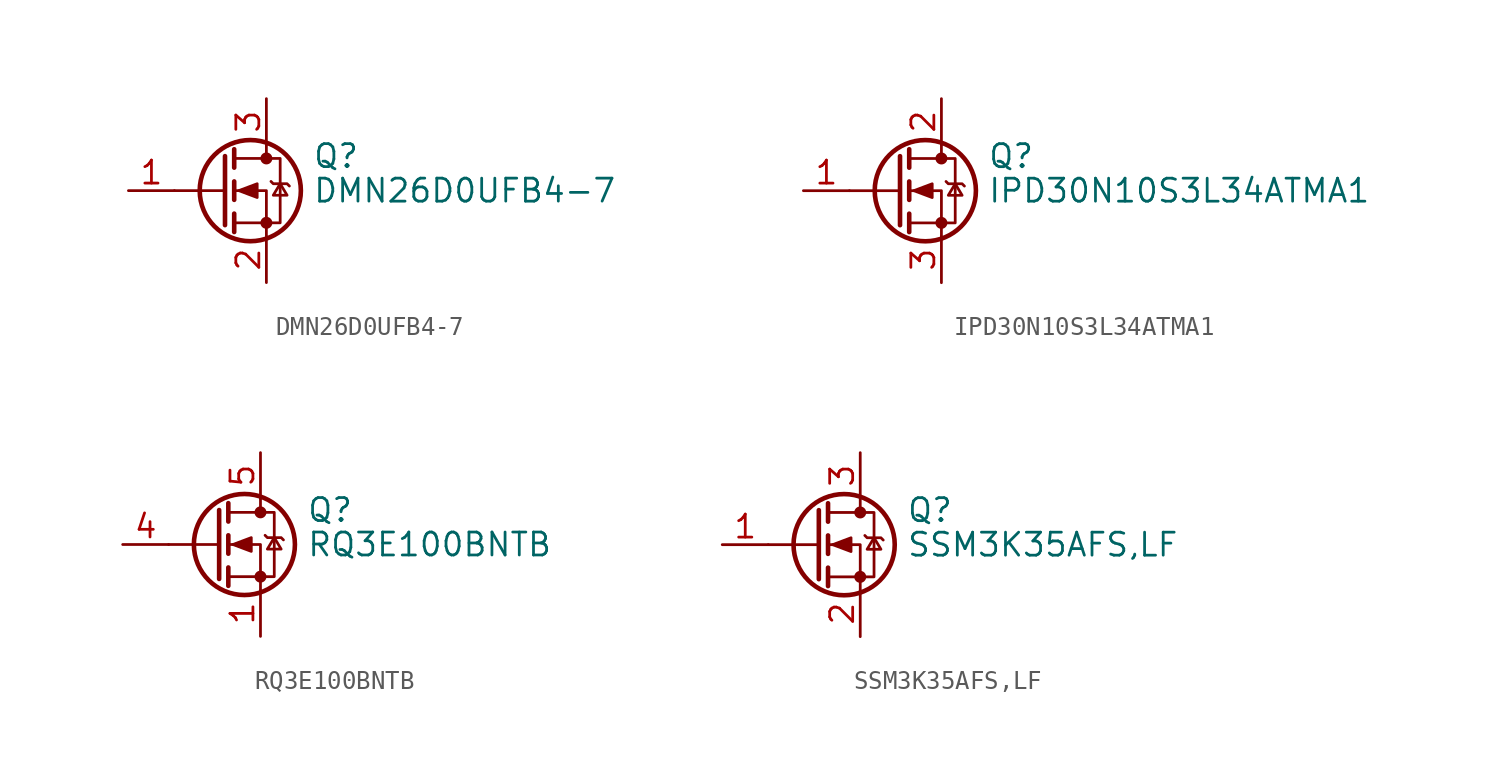
<source format=kicad_sym>
(kicad_symbol_lib
  (version 20211014)
  (generator kicad_symbol_editor)
  (symbol "DMN26D0UFB4-7"
    (pin_names hide)
    (property "Reference" "Q"
      (at 5.08 1.905 0)
      (effects (font (size 1.27 1.27)) (justify left)))
    (property "Value" "DMN26D0UFB4-7"
      (at 5.08 0 0)
      (effects (font (size 1.27 1.27)) (justify left)))
    (symbol "DMN26D0UFB4-7_0_1"
      (polyline (pts (xy 0.254 0) (xy -2.54 0)) (stroke (width 0) (type default) (color 0 0 0 0)) (fill (type none)))
      (polyline (pts (xy 0.254 1.905) (xy 0.254 -1.905)) (stroke (width 0.254) (type default) (color 0 0 0 0)) (fill (type none)))
      (polyline (pts (xy 0.762 -1.27) (xy 0.762 -2.286)) (stroke (width 0.254) (type default) (color 0 0 0 0)) (fill (type none)))
      (polyline (pts (xy 0.762 0.508) (xy 0.762 -0.508)) (stroke (width 0.254) (type default) (color 0 0 0 0)) (fill (type none)))
      (polyline (pts (xy 0.762 2.286) (xy 0.762 1.27)) (stroke (width 0.254) (type default) (color 0 0 0 0)) (fill (type none)))
      (polyline (pts (xy 2.54 2.54) (xy 2.54 1.778)) (stroke (width 0) (type default) (color 0 0 0 0)) (fill (type none)))
      (polyline (pts (xy 2.54 -2.54) (xy 2.54 0) (xy 0.762 0)) (stroke (width 0) (type default) (color 0 0 0 0)) (fill (type none)))
      (polyline (pts (xy 0.762 -1.778) (xy 3.302 -1.778) (xy 3.302 1.778) (xy 0.762 1.778)) (stroke (width 0) (type default) (color 0 0 0 0)) (fill (type none)))
      (polyline (pts (xy 1.016 0) (xy 2.032 0.381) (xy 2.032 -0.381) (xy 1.016 0)) (stroke (width 0) (type default) (color 0 0 0 0)) (fill (type outline)))
      (polyline (pts (xy 2.794 0.508) (xy 2.921 0.381) (xy 3.683 0.381) (xy 3.81 0.254)) (stroke (width 0) (type default) (color 0 0 0 0)) (fill (type none)))
      (polyline (pts (xy 3.302 0.381) (xy 2.921 -0.254) (xy 3.683 -0.254) (xy 3.302 0.381)) (stroke (width 0) (type default) (color 0 0 0 0)) (fill (type none)))
      (circle (center 1.651 0) (radius 2.794) (stroke (width 0.254) (type default) (color 0 0 0 0)) (fill (type none)))
      (circle (center 2.54 -1.778) (radius 0.254) (stroke (width 0) (type default) (color 0 0 0 0)) (fill (type outline)))
      (circle (center 2.54 1.778) (radius 0.254) (stroke (width 0) (type default) (color 0 0 0 0)) (fill (type outline))))
    (symbol "DMN26D0UFB4-7_1_1"
      (pin input line (at -5.08 0 0) (length 2.54) (name "G" (effects (font (size 1.27 1.27)))) (number "1" (effects (font (size 1.27 1.27)))))
      (pin passive line (at 2.54 -5.08 90) (length 2.54) (name "S" (effects (font (size 1.27 1.27)))) (number "2" (effects (font (size 1.27 1.27)))))
      (pin passive line (at 2.54 5.08 270) (length 2.54) (name "D" (effects (font (size 1.27 1.27)))) (number "3" (effects (font (size 1.27 1.27)))))))
  (symbol "IPD30N10S3L34ATMA1"
    (pin_names hide)
    (property "Reference" "Q"
      (at 5.08 1.905 0)
      (effects (font (size 1.27 1.27)) (justify left)))
    (property "Value" "IPD30N10S3L34ATMA1"
      (at 5.08 0 0)
      (effects (font (size 1.27 1.27)) (justify left)))
    (symbol "IPD30N10S3L34ATMA1_0_1"
      (polyline (pts (xy 0.254 0) (xy -2.54 0)) (stroke (width 0) (type default) (color 0 0 0 0)) (fill (type none)))
      (polyline (pts (xy 0.254 1.905) (xy 0.254 -1.905)) (stroke (width 0.254) (type default) (color 0 0 0 0)) (fill (type none)))
      (polyline (pts (xy 0.762 -1.27) (xy 0.762 -2.286)) (stroke (width 0.254) (type default) (color 0 0 0 0)) (fill (type none)))
      (polyline (pts (xy 0.762 0.508) (xy 0.762 -0.508)) (stroke (width 0.254) (type default) (color 0 0 0 0)) (fill (type none)))
      (polyline (pts (xy 0.762 2.286) (xy 0.762 1.27)) (stroke (width 0.254) (type default) (color 0 0 0 0)) (fill (type none)))
      (polyline (pts (xy 2.54 2.54) (xy 2.54 1.778)) (stroke (width 0) (type default) (color 0 0 0 0)) (fill (type none)))
      (polyline (pts (xy 2.54 -2.54) (xy 2.54 0) (xy 0.762 0)) (stroke (width 0) (type default) (color 0 0 0 0)) (fill (type none)))
      (polyline (pts (xy 0.762 -1.778) (xy 3.302 -1.778) (xy 3.302 1.778) (xy 0.762 1.778)) (stroke (width 0) (type default) (color 0 0 0 0)) (fill (type none)))
      (polyline (pts (xy 1.016 0) (xy 2.032 0.381) (xy 2.032 -0.381) (xy 1.016 0)) (stroke (width 0) (type default) (color 0 0 0 0)) (fill (type outline)))
      (polyline (pts (xy 2.794 0.508) (xy 2.921 0.381) (xy 3.683 0.381) (xy 3.81 0.254)) (stroke (width 0) (type default) (color 0 0 0 0)) (fill (type none)))
      (polyline (pts (xy 3.302 0.381) (xy 2.921 -0.254) (xy 3.683 -0.254) (xy 3.302 0.381)) (stroke (width 0) (type default) (color 0 0 0 0)) (fill (type none)))
      (circle (center 1.651 0) (radius 2.794) (stroke (width 0.254) (type default) (color 0 0 0 0)) (fill (type none)))
      (circle (center 2.54 -1.778) (radius 0.254) (stroke (width 0) (type default) (color 0 0 0 0)) (fill (type outline)))
      (circle (center 2.54 1.778) (radius 0.254) (stroke (width 0) (type default) (color 0 0 0 0)) (fill (type outline))))
    (symbol "IPD30N10S3L34ATMA1_1_1"
      (pin input line (at -5.08 0 0) (length 2.54) (name "G" (effects (font (size 1.27 1.27)))) (number "1" (effects (font (size 1.27 1.27)))))
      (pin passive line (at 2.54 5.08 270) (length 2.54) (name "D" (effects (font (size 1.27 1.27)))) (number "2" (effects (font (size 1.27 1.27)))))
      (pin passive line (at 2.54 -5.08 90) (length 2.54) (name "S" (effects (font (size 1.27 1.27)))) (number "3" (effects (font (size 1.27 1.27)))))))
  (symbol "RQ3E100BNTB"
    (pin_names hide)
    (property "Reference" "Q"
      (at 5.08 1.905 0)
      (effects (font (size 1.27 1.27)) (justify left)))
    (property "Value" "RQ3E100BNTB"
      (at 5.08 0 0)
      (effects (font (size 1.27 1.27)) (justify left)))
    (symbol "RQ3E100BNTB_0_1"
      (polyline (pts (xy 0.254 0) (xy -2.54 0)) (stroke (width 0) (type default) (color 0 0 0 0)) (fill (type none)))
      (polyline (pts (xy 0.254 1.905) (xy 0.254 -1.905)) (stroke (width 0.254) (type default) (color 0 0 0 0)) (fill (type none)))
      (polyline (pts (xy 0.762 -1.27) (xy 0.762 -2.286)) (stroke (width 0.254) (type default) (color 0 0 0 0)) (fill (type none)))
      (polyline (pts (xy 0.762 0.508) (xy 0.762 -0.508)) (stroke (width 0.254) (type default) (color 0 0 0 0)) (fill (type none)))
      (polyline (pts (xy 0.762 2.286) (xy 0.762 1.27)) (stroke (width 0.254) (type default) (color 0 0 0 0)) (fill (type none)))
      (polyline (pts (xy 2.54 2.54) (xy 2.54 1.778)) (stroke (width 0) (type default) (color 0 0 0 0)) (fill (type none)))
      (polyline (pts (xy 2.54 -2.54) (xy 2.54 0) (xy 0.762 0)) (stroke (width 0) (type default) (color 0 0 0 0)) (fill (type none)))
      (polyline (pts (xy 0.762 -1.778) (xy 3.302 -1.778) (xy 3.302 1.778) (xy 0.762 1.778)) (stroke (width 0) (type default) (color 0 0 0 0)) (fill (type none)))
      (polyline (pts (xy 1.016 0) (xy 2.032 0.381) (xy 2.032 -0.381) (xy 1.016 0)) (stroke (width 0) (type default) (color 0 0 0 0)) (fill (type outline)))
      (polyline (pts (xy 2.794 0.508) (xy 2.921 0.381) (xy 3.683 0.381) (xy 3.81 0.254)) (stroke (width 0) (type default) (color 0 0 0 0)) (fill (type none)))
      (polyline (pts (xy 3.302 0.381) (xy 2.921 -0.254) (xy 3.683 -0.254) (xy 3.302 0.381)) (stroke (width 0) (type default) (color 0 0 0 0)) (fill (type none)))
      (circle (center 1.651 0) (radius 2.794) (stroke (width 0.254) (type default) (color 0 0 0 0)) (fill (type none)))
      (circle (center 2.54 -1.778) (radius 0.254) (stroke (width 0) (type default) (color 0 0 0 0)) (fill (type outline)))
      (circle (center 2.54 1.778) (radius 0.254) (stroke (width 0) (type default) (color 0 0 0 0)) (fill (type outline))))
    (symbol "RQ3E100BNTB_1_1"
      (pin passive line (at 2.54 -5.08 90) (length 2.54) (name "S" (effects (font (size 1.27 1.27)))) (number "1" (effects (font (size 1.27 1.27)))))
      (pin passive line (at 2.54 -5.08 90) (length 2.54) hide (name "S" (effects (font (size 1.27 1.27)))) (number "2" (effects (font (size 1.27 1.27)))))
      (pin passive line (at 2.54 -5.08 90) (length 2.54) hide (name "S" (effects (font (size 1.27 1.27)))) (number "3" (effects (font (size 1.27 1.27)))))
      (pin input line (at -5.08 0 0) (length 2.54) (name "G" (effects (font (size 1.27 1.27)))) (number "4" (effects (font (size 1.27 1.27)))))
      (pin passive line (at 2.54 5.08 270) (length 2.54) (name "D" (effects (font (size 1.27 1.27)))) (number "5" (effects (font (size 1.27 1.27)))))
      (pin passive line (at 2.54 5.08 270) (length 2.54) hide (name "D" (effects (font (size 1.27 1.27)))) (number "6" (effects (font (size 1.27 1.27)))))
      (pin passive line (at 2.54 5.08 270) (length 2.54) hide (name "D" (effects (font (size 1.27 1.27)))) (number "7" (effects (font (size 1.27 1.27)))))
      (pin passive line (at 2.54 5.08 270) (length 2.54) hide (name "D" (effects (font (size 1.27 1.27)))) (number "8" (effects (font (size 1.27 1.27)))))))
  (symbol "SSM3K35AFS,LF"
    (pin_names hide)
    (property "Reference" "Q"
      (at 5.08 1.905 0)
      (effects (font (size 1.27 1.27)) (justify left)))
    (property "Value" "SSM3K35AFS,LF"
      (at 5.08 0 0)
      (effects (font (size 1.27 1.27)) (justify left)))
    (symbol "SSM3K35AFS,LF_0_1"
      (polyline (pts (xy 0.254 0) (xy -2.54 0)) (stroke (width 0) (type default) (color 0 0 0 0)) (fill (type none)))
      (polyline (pts (xy 0.254 1.905) (xy 0.254 -1.905)) (stroke (width 0.254) (type default) (color 0 0 0 0)) (fill (type none)))
      (polyline (pts (xy 0.762 -1.27) (xy 0.762 -2.286)) (stroke (width 0.254) (type default) (color 0 0 0 0)) (fill (type none)))
      (polyline (pts (xy 0.762 0.508) (xy 0.762 -0.508)) (stroke (width 0.254) (type default) (color 0 0 0 0)) (fill (type none)))
      (polyline (pts (xy 0.762 2.286) (xy 0.762 1.27)) (stroke (width 0.254) (type default) (color 0 0 0 0)) (fill (type none)))
      (polyline (pts (xy 2.54 2.54) (xy 2.54 1.778)) (stroke (width 0) (type default) (color 0 0 0 0)) (fill (type none)))
      (polyline (pts (xy 2.54 -2.54) (xy 2.54 0) (xy 0.762 0)) (stroke (width 0) (type default) (color 0 0 0 0)) (fill (type none)))
      (polyline (pts (xy 0.762 -1.778) (xy 3.302 -1.778) (xy 3.302 1.778) (xy 0.762 1.778)) (stroke (width 0) (type default) (color 0 0 0 0)) (fill (type none)))
      (polyline (pts (xy 1.016 0) (xy 2.032 0.381) (xy 2.032 -0.381) (xy 1.016 0)) (stroke (width 0) (type default) (color 0 0 0 0)) (fill (type outline)))
      (polyline (pts (xy 2.794 0.508) (xy 2.921 0.381) (xy 3.683 0.381) (xy 3.81 0.254)) (stroke (width 0) (type default) (color 0 0 0 0)) (fill (type none)))
      (polyline (pts (xy 3.302 0.381) (xy 2.921 -0.254) (xy 3.683 -0.254) (xy 3.302 0.381)) (stroke (width 0) (type default) (color 0 0 0 0)) (fill (type none)))
      (circle (center 1.651 0) (radius 2.794) (stroke (width 0.254) (type default) (color 0 0 0 0)) (fill (type none)))
      (circle (center 2.54 -1.778) (radius 0.254) (stroke (width 0) (type default) (color 0 0 0 0)) (fill (type outline)))
      (circle (center 2.54 1.778) (radius 0.254) (stroke (width 0) (type default) (color 0 0 0 0)) (fill (type outline))))
    (symbol "SSM3K35AFS,LF_1_1"
      (pin input line (at -5.08 0 0) (length 2.54) (name "G" (effects (font (size 1.27 1.27)))) (number "1" (effects (font (size 1.27 1.27)))))
      (pin passive line (at 2.54 -5.08 90) (length 2.54) (name "S" (effects (font (size 1.27 1.27)))) (number "2" (effects (font (size 1.27 1.27)))))
      (pin passive line (at 2.54 5.08 270) (length 2.54) (name "D" (effects (font (size 1.27 1.27)))) (number "3" (effects (font (size 1.27 1.27))))))))
</source>
